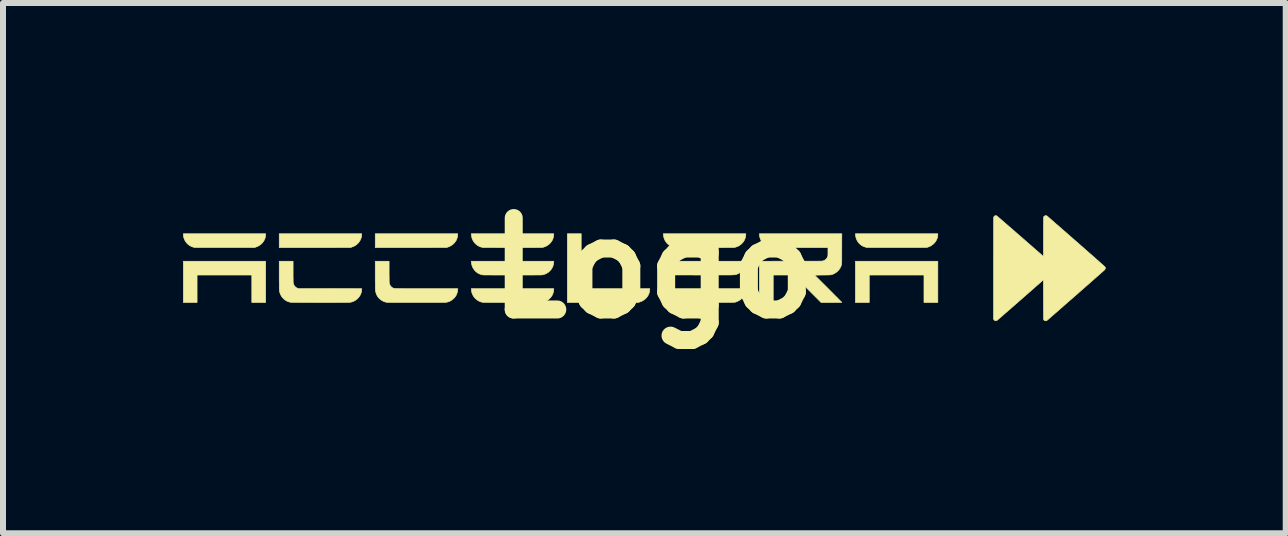
<source format=kicad_pcb>
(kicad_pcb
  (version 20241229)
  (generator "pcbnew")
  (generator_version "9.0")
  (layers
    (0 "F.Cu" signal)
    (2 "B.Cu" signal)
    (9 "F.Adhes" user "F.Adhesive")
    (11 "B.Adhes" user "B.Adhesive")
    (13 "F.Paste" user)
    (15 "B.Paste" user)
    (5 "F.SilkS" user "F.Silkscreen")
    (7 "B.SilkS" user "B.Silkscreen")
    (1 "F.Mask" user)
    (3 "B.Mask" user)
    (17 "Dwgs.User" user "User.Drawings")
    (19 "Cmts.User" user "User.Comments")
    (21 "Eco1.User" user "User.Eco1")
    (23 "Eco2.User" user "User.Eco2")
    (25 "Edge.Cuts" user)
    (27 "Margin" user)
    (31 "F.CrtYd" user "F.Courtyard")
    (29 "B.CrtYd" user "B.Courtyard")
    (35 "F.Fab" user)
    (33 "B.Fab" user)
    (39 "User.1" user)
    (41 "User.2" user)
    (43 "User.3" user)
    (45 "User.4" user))
  (footprint "Logo"
    (layer "F.Cu")
    (at 7.833 1.418)
    (property "Reference" "Logo" (at 0 0 0) (layer "F.SilkS") (effects (font (size 1.524 1.524) (thickness 0.3))))
    (attr through_hole)
    (fp_poly (pts (xy -6.456 0.573) (xy -6.687 0.573) (xy -6.687 0.115) (xy -7.599 0.115) (xy -7.599 0.573) (xy -7.828 0.573) (xy -7.828 -0.115) (xy -6.456 -0.115) (xy -6.456 0.573)) (stroke (width 0.01) (type solid)) (fill yes) (layer "F.SilkS"))
    (fp_poly (pts (xy 4.745 0.573) (xy 4.514 0.573) (xy 4.514 0.115) (xy 3.602 0.115) (xy 3.602 0.573) (xy 3.371 0.573) (xy 3.371 -0.115) (xy 4.745 -0.115) (xy 4.745 0.573)) (stroke (width 0.01) (type solid)) (fill yes) (layer "F.SilkS"))
    (fp_poly (pts (xy -3.256 -0.558) (xy -3.258 -0.535) (xy -3.263 -0.511) (xy -3.271 -0.486) (xy -3.281 -0.463) (xy -3.284 -0.459) (xy -3.301 -0.433) (xy -3.321 -0.41) (xy -3.345 -0.389) (xy -3.371 -0.372) (xy -3.399 -0.358) (xy -3.427 -0.348) (xy -3.446 -0.343) (xy -4.038 -0.342) (xy -4.63 -0.342) (xy -4.63 -0.573) (xy -3.256 -0.573) (xy -3.256 -0.558)) (stroke (width 0.01) (type solid)) (fill yes) (layer "F.SilkS"))
    (fp_poly (pts (xy -1.198 0.342) (xy -0.055 0.342) (xy -0.056 0.364) (xy -0.06 0.395) (xy -0.069 0.424) (xy -0.081 0.451) (xy -0.097 0.477) (xy -0.117 0.5) (xy -0.14 0.521) (xy -0.165 0.539) (xy -0.194 0.554) (xy -0.225 0.565) (xy -0.228 0.566) (xy -0.246 0.572) (xy -0.838 0.572) (xy -1.429 0.573) (xy -1.429 -0.573) (xy -1.198 -0.573) (xy -1.198 0.342)) (stroke (width 0.01) (type solid)) (fill yes) (layer "F.SilkS"))
    (fp_poly (pts (xy -4.856 -0.557) (xy -4.857 -0.547) (xy -4.858 -0.535) (xy -4.86 -0.523) (xy -4.86 -0.521) (xy -4.869 -0.491) (xy -4.881 -0.464) (xy -4.897 -0.438) (xy -4.917 -0.414) (xy -4.94 -0.393) (xy -4.965 -0.375) (xy -4.993 -0.361) (xy -5.023 -0.35) (xy -5.027 -0.348) (xy -5.047 -0.343) (xy -5.638 -0.342) (xy -6.23 -0.342) (xy -6.23 -0.573) (xy -4.856 -0.573) (xy -4.856 -0.557)) (stroke (width 0.01) (type solid)) (fill yes) (layer "F.SilkS"))
    (fp_poly (pts (xy -6.457 -0.549) (xy -6.461 -0.519) (xy -6.469 -0.49) (xy -6.482 -0.463) (xy -6.497 -0.438) (xy -6.517 -0.414) (xy -6.539 -0.394) (xy -6.564 -0.376) (xy -6.592 -0.361) (xy -6.622 -0.35) (xy -6.627 -0.348) (xy -6.647 -0.343) (xy -7.135 -0.343) (xy -7.182 -0.343) (xy -7.229 -0.343) (xy -7.274 -0.343) (xy -7.317 -0.343) (xy -7.358 -0.343) (xy -7.398 -0.343) (xy -7.435 -0.343) (xy -7.47 -0.343) (xy -7.502 -0.343) (xy -7.532 -0.343) (xy -7.558 -0.343) (xy -7.581 -0.343) (xy -7.6 -0.344) (xy -7.616 -0.344) (xy -7.627 -0.344) (xy -7.635 -0.344) (xy -7.637 -0.344) (xy -7.667 -0.351) (xy -7.695 -0.361) (xy -7.721 -0.376) (xy -7.746 -0.393) (xy -7.767 -0.413) (xy -7.786 -0.436) (xy -7.802 -0.462) (xy -7.814 -0.489) (xy -7.823 -0.517) (xy -7.827 -0.546) (xy -7.827 -0.549) (xy -7.828 -0.573) (xy -6.456 -0.573) (xy -6.457 -0.549)) (stroke (width 0.01) (type solid)) (fill yes) (layer "F.SilkS"))
    (fp_poly (pts (xy -1.656 -0.093) (xy -1.661 -0.062) (xy -1.669 -0.032) (xy -1.682 -0.004) (xy -1.699 0.022) (xy -1.703 0.027) (xy -1.725 0.051) (xy -1.749 0.072) (xy -1.776 0.088) (xy -1.805 0.101) (xy -1.834 0.11) (xy -1.85 0.113) (xy -1.854 0.113) (xy -1.863 0.113) (xy -1.876 0.114) (xy -1.892 0.114) (xy -1.912 0.114) (xy -1.935 0.114) (xy -1.961 0.114) (xy -1.991 0.115) (xy -2.022 0.115) (xy -2.056 0.115) (xy -2.091 0.115) (xy -2.129 0.115) (xy -2.167 0.115) (xy -2.207 0.115) (xy -2.248 0.115) (xy -2.289 0.115) (xy -2.331 0.115) (xy -2.373 0.115) (xy -2.415 0.115) (xy -2.456 0.115) (xy -2.496 0.115) (xy -2.536 0.115) (xy -2.574 0.115) (xy -2.61 0.115) (xy -2.645 0.115) (xy -2.678 0.115) (xy -2.709 0.114) (xy -2.737 0.114) (xy -2.762 0.114) (xy -2.784 0.114) (xy -2.802 0.114) (xy -2.817 0.114) (xy -2.828 0.113) (xy -2.835 0.113) (xy -2.837 0.113) (xy -2.867 0.106) (xy -2.895 0.096) (xy -2.923 0.081) (xy -2.947 0.063) (xy -2.97 0.041) (xy -2.981 0.027) (xy -2.997 0.004) (xy -3.009 -0.019) (xy -3.018 -0.043) (xy -3.024 -0.07) (xy -3.028 -0.099) (xy -3.028 -0.1) (xy -3.03 -0.115) (xy -1.655 -0.115) (xy -1.656 -0.093)) (stroke (width 0.01) (type solid)) (fill yes) (layer "F.SilkS"))
    (fp_poly (pts (xy -1.656 0.364) (xy -1.661 0.395) (xy -1.669 0.425) (xy -1.682 0.453) (xy -1.699 0.479) (xy -1.703 0.484) (xy -1.725 0.509) (xy -1.75 0.529) (xy -1.777 0.546) (xy -1.806 0.559) (xy -1.836 0.568) (xy -1.85 0.57) (xy -1.855 0.57) (xy -1.863 0.571) (xy -1.876 0.571) (xy -1.892 0.571) (xy -1.912 0.571) (xy -1.935 0.571) (xy -1.962 0.572) (xy -1.991 0.572) (xy -2.022 0.572) (xy -2.056 0.572) (xy -2.091 0.572) (xy -2.129 0.572) (xy -2.167 0.572) (xy -2.207 0.572) (xy -2.248 0.572) (xy -2.289 0.572) (xy -2.331 0.572) (xy -2.373 0.572) (xy -2.415 0.572) (xy -2.456 0.572) (xy -2.496 0.572) (xy -2.536 0.572) (xy -2.574 0.572) (xy -2.61 0.572) (xy -2.645 0.572) (xy -2.678 0.572) (xy -2.709 0.572) (xy -2.737 0.572) (xy -2.762 0.571) (xy -2.784 0.571) (xy -2.802 0.571) (xy -2.817 0.571) (xy -2.828 0.571) (xy -2.835 0.57) (xy -2.837 0.57) (xy -2.866 0.564) (xy -2.895 0.553) (xy -2.922 0.538) (xy -2.947 0.52) (xy -2.969 0.499) (xy -2.988 0.475) (xy -3.003 0.45) (xy -3.011 0.432) (xy -3.018 0.415) (xy -3.023 0.396) (xy -3.026 0.376) (xy -3.028 0.357) (xy -3.03 0.342) (xy -1.655 0.342) (xy -1.656 0.364)) (stroke (width 0.01) (type solid)) (fill yes) (layer "F.SilkS"))
    (fp_poly (pts (xy -1.656 -0.55) (xy -1.661 -0.519) (xy -1.669 -0.489) (xy -1.682 -0.461) (xy -1.699 -0.435) (xy -1.703 -0.43) (xy -1.725 -0.406) (xy -1.749 -0.386) (xy -1.776 -0.369) (xy -1.805 -0.356) (xy -1.834 -0.347) (xy -1.85 -0.344) (xy -1.855 -0.344) (xy -1.862 -0.344) (xy -1.874 -0.343) (xy -1.889 -0.343) (xy -1.908 -0.343) (xy -1.93 -0.343) (xy -1.957 -0.343) (xy -1.988 -0.342) (xy -2.022 -0.342) (xy -2.061 -0.342) (xy -2.104 -0.342) (xy -2.151 -0.342) (xy -2.203 -0.342) (xy -2.259 -0.342) (xy -2.32 -0.342) (xy -2.346 -0.342) (xy -2.392 -0.342) (xy -2.438 -0.342) (xy -2.482 -0.342) (xy -2.525 -0.342) (xy -2.565 -0.342) (xy -2.604 -0.342) (xy -2.64 -0.343) (xy -2.674 -0.343) (xy -2.705 -0.343) (xy -2.734 -0.343) (xy -2.759 -0.343) (xy -2.781 -0.343) (xy -2.799 -0.343) (xy -2.813 -0.343) (xy -2.823 -0.343) (xy -2.829 -0.343) (xy -2.831 -0.343) (xy -2.844 -0.346) (xy -2.86 -0.35) (xy -2.877 -0.354) (xy -2.891 -0.36) (xy -2.897 -0.362) (xy -2.925 -0.378) (xy -2.95 -0.397) (xy -2.973 -0.42) (xy -2.992 -0.445) (xy -3.005 -0.468) (xy -3.013 -0.486) (xy -3.019 -0.505) (xy -3.024 -0.525) (xy -3.027 -0.548) (xy -3.028 -0.557) (xy -3.03 -0.573) (xy -1.655 -0.573) (xy -1.656 -0.55)) (stroke (width 0.01) (type solid)) (fill yes) (layer "F.SilkS"))
    (fp_poly (pts (xy 1.545 -0.559) (xy 1.543 -0.538) (xy 1.539 -0.515) (xy 1.532 -0.493) (xy 1.523 -0.471) (xy 1.516 -0.457) (xy 1.499 -0.432) (xy 1.478 -0.409) (xy 1.455 -0.389) (xy 1.43 -0.372) (xy 1.427 -0.37) (xy 1.412 -0.363) (xy 1.394 -0.356) (xy 1.375 -0.35) (xy 1.357 -0.345) (xy 1.35 -0.344) (xy 1.346 -0.344) (xy 1.337 -0.344) (xy 1.325 -0.343) (xy 1.308 -0.343) (xy 1.289 -0.343) (xy 1.265 -0.343) (xy 1.239 -0.343) (xy 1.21 -0.343) (xy 1.179 -0.342) (xy 1.145 -0.342) (xy 1.109 -0.342) (xy 1.072 -0.342) (xy 1.033 -0.342) (xy 0.994 -0.342) (xy 0.953 -0.342) (xy 0.912 -0.342) (xy 0.87 -0.342) (xy 0.828 -0.342) (xy 0.787 -0.342) (xy 0.745 -0.342) (xy 0.705 -0.342) (xy 0.666 -0.342) (xy 0.627 -0.342) (xy 0.591 -0.342) (xy 0.556 -0.342) (xy 0.523 -0.343) (xy 0.493 -0.343) (xy 0.465 -0.343) (xy 0.44 -0.343) (xy 0.418 -0.343) (xy 0.399 -0.343) (xy 0.384 -0.344) (xy 0.373 -0.344) (xy 0.366 -0.344) (xy 0.364 -0.344) (xy 0.333 -0.351) (xy 0.304 -0.362) (xy 0.276 -0.377) (xy 0.251 -0.396) (xy 0.229 -0.418) (xy 0.209 -0.444) (xy 0.209 -0.444) (xy 0.194 -0.47) (xy 0.184 -0.496) (xy 0.176 -0.523) (xy 0.172 -0.554) (xy 0.172 -0.555) (xy 0.17 -0.573) (xy 1.545 -0.573) (xy 1.545 -0.559)) (stroke (width 0.01) (type solid)) (fill yes) (layer "F.SilkS"))
    (fp_poly (pts (xy 4.745 -0.56) (xy 4.744 -0.548) (xy 4.742 -0.533) (xy 4.74 -0.517) (xy 4.736 -0.503) (xy 4.734 -0.496) (xy 4.721 -0.467) (xy 4.705 -0.44) (xy 4.685 -0.416) (xy 4.662 -0.395) (xy 4.636 -0.376) (xy 4.608 -0.361) (xy 4.577 -0.349) (xy 4.569 -0.347) (xy 4.567 -0.347) (xy 4.565 -0.346) (xy 4.562 -0.346) (xy 4.558 -0.345) (xy 4.553 -0.345) (xy 4.547 -0.345) (xy 4.54 -0.344) (xy 4.531 -0.344) (xy 4.521 -0.344) (xy 4.508 -0.344) (xy 4.493 -0.344) (xy 4.476 -0.344) (xy 4.457 -0.343) (xy 4.434 -0.343) (xy 4.409 -0.343) (xy 4.381 -0.343) (xy 4.35 -0.343) (xy 4.315 -0.343) (xy 4.276 -0.343) (xy 4.234 -0.343) (xy 4.188 -0.343) (xy 4.137 -0.343) (xy 4.082 -0.343) (xy 4.066 -0.343) (xy 4.019 -0.343) (xy 3.973 -0.343) (xy 3.928 -0.343) (xy 3.885 -0.343) (xy 3.843 -0.343) (xy 3.804 -0.343) (xy 3.766 -0.343) (xy 3.731 -0.343) (xy 3.699 -0.343) (xy 3.67 -0.343) (xy 3.644 -0.343) (xy 3.621 -0.343) (xy 3.602 -0.344) (xy 3.586 -0.344) (xy 3.575 -0.344) (xy 3.568 -0.344) (xy 3.565 -0.344) (xy 3.539 -0.35) (xy 3.512 -0.359) (xy 3.487 -0.371) (xy 3.464 -0.385) (xy 3.455 -0.393) (xy 3.431 -0.415) (xy 3.412 -0.44) (xy 3.396 -0.467) (xy 3.384 -0.497) (xy 3.376 -0.529) (xy 3.372 -0.555) (xy 3.371 -0.573) (xy 4.745 -0.573) (xy 4.745 -0.56)) (stroke (width 0.01) (type solid)) (fill yes) (layer "F.SilkS"))
    (fp_poly (pts (xy -5.999 0.054) (xy -5.999 0.087) (xy -5.999 0.118) (xy -5.999 0.146) (xy -5.998 0.171) (xy -5.998 0.193) (xy -5.998 0.211) (xy -5.998 0.226) (xy -5.997 0.236) (xy -5.997 0.243) (xy -5.992 0.265) (xy -5.983 0.286) (xy -5.97 0.304) (xy -5.954 0.319) (xy -5.935 0.331) (xy -5.924 0.335) (xy -5.91 0.341) (xy -5.383 0.341) (xy -4.855 0.342) (xy -4.857 0.364) (xy -4.86 0.394) (xy -4.868 0.421) (xy -4.878 0.445) (xy -4.894 0.471) (xy -4.913 0.496) (xy -4.935 0.517) (xy -4.96 0.536) (xy -4.988 0.551) (xy -5.016 0.562) (xy -5.046 0.569) (xy -5.051 0.57) (xy -5.055 0.57) (xy -5.064 0.571) (xy -5.078 0.571) (xy -5.094 0.571) (xy -5.115 0.572) (xy -5.139 0.572) (xy -5.165 0.572) (xy -5.195 0.572) (xy -5.226 0.572) (xy -5.261 0.572) (xy -5.296 0.572) (xy -5.334 0.573) (xy -5.373 0.573) (xy -5.413 0.573) (xy -5.454 0.573) (xy -5.496 0.573) (xy -5.538 0.573) (xy -5.58 0.573) (xy -5.621 0.573) (xy -5.663 0.572) (xy -5.703 0.572) (xy -5.742 0.572) (xy -5.781 0.572) (xy -5.817 0.572) (xy -5.852 0.572) (xy -5.885 0.572) (xy -5.915 0.571) (xy -5.943 0.571) (xy -5.968 0.571) (xy -5.99 0.571) (xy -6.008 0.57) (xy -6.022 0.57) (xy -6.033 0.57) (xy -6.04 0.569) (xy -6.041 0.569) (xy -6.072 0.562) (xy -6.101 0.55) (xy -6.128 0.534) (xy -6.153 0.515) (xy -6.175 0.492) (xy -6.178 0.489) (xy -6.196 0.462) (xy -6.211 0.434) (xy -6.221 0.405) (xy -6.227 0.373) (xy -6.228 0.363) (xy -6.228 0.356) (xy -6.228 0.346) (xy -6.229 0.332) (xy -6.229 0.314) (xy -6.229 0.293) (xy -6.229 0.269) (xy -6.229 0.243) (xy -6.23 0.215) (xy -6.23 0.185) (xy -6.23 0.154) (xy -6.23 0.121) (xy -6.23 0.11) (xy -6.23 -0.115) (xy -5.999 -0.115) (xy -5.999 0.054)) (stroke (width 0.01) (type solid)) (fill yes) (layer "F.SilkS"))
    (fp_poly (pts (xy 1.544 0.364) (xy 1.54 0.395) (xy 1.532 0.424) (xy 1.519 0.451) (xy 1.503 0.477) (xy 1.484 0.5) (xy 1.461 0.521) (xy 1.435 0.539) (xy 1.407 0.554) (xy 1.376 0.565) (xy 1.369 0.567) (xy 1.367 0.568) (xy 1.365 0.568) (xy 1.362 0.569) (xy 1.358 0.569) (xy 1.353 0.569) (xy 1.347 0.57) (xy 1.34 0.57) (xy 1.331 0.57) (xy 1.32 0.57) (xy 1.308 0.571) (xy 1.293 0.571) (xy 1.276 0.571) (xy 1.256 0.571) (xy 1.234 0.571) (xy 1.209 0.571) (xy 1.181 0.571) (xy 1.15 0.571) (xy 1.115 0.571) (xy 1.076 0.571) (xy 1.034 0.572) (xy 0.988 0.572) (xy 0.937 0.572) (xy 0.882 0.572) (xy 0.866 0.572) (xy 0.819 0.572) (xy 0.773 0.572) (xy 0.728 0.572) (xy 0.685 0.572) (xy 0.643 0.572) (xy 0.604 0.572) (xy 0.567 0.572) (xy 0.533 0.572) (xy 0.501 0.572) (xy 0.472 0.572) (xy 0.446 0.571) (xy 0.424 0.571) (xy 0.405 0.571) (xy 0.39 0.571) (xy 0.379 0.571) (xy 0.372 0.571) (xy 0.369 0.571) (xy 0.363 0.57) (xy 0.355 0.568) (xy 0.345 0.566) (xy 0.342 0.565) (xy 0.313 0.556) (xy 0.285 0.543) (xy 0.26 0.525) (xy 0.237 0.505) (xy 0.217 0.482) (xy 0.2 0.456) (xy 0.187 0.427) (xy 0.179 0.405) (xy 0.178 0.397) (xy 0.176 0.386) (xy 0.174 0.373) (xy 0.172 0.361) (xy 0.171 0.351) (xy 0.171 0.346) (xy 0.171 0.345) (xy 0.172 0.345) (xy 0.173 0.345) (xy 0.175 0.344) (xy 0.177 0.344) (xy 0.181 0.344) (xy 0.186 0.344) (xy 0.192 0.343) (xy 0.2 0.343) (xy 0.209 0.343) (xy 0.22 0.343) (xy 0.234 0.343) (xy 0.249 0.342) (xy 0.266 0.342) (xy 0.286 0.342) (xy 0.309 0.342) (xy 0.334 0.342) (xy 0.362 0.342) (xy 0.393 0.342) (xy 0.427 0.342) (xy 0.465 0.342) (xy 0.506 0.342) (xy 0.551 0.342) (xy 0.599 0.342) (xy 0.651 0.342) (xy 0.708 0.342) (xy 0.769 0.342) (xy 0.834 0.342) (xy 1.545 0.342) (xy 1.544 0.364)) (stroke (width 0.01) (type solid)) (fill yes) (layer "F.SilkS"))
    (fp_poly (pts (xy 1.544 -0.093) (xy 1.541 -0.07) (xy 1.536 -0.046) (xy 1.528 -0.023) (xy 1.526 -0.018) (xy 1.514 0.004) (xy 1.498 0.026) (xy 1.479 0.047) (xy 1.458 0.066) (xy 1.436 0.082) (xy 1.412 0.095) (xy 1.402 0.099) (xy 1.398 0.101) (xy 1.394 0.102) (xy 1.39 0.104) (xy 1.387 0.105) (xy 1.384 0.106) (xy 1.38 0.107) (xy 1.376 0.108) (xy 1.371 0.109) (xy 1.366 0.11) (xy 1.359 0.111) (xy 1.352 0.111) (xy 1.342 0.112) (xy 1.332 0.112) (xy 1.319 0.113) (xy 1.305 0.113) (xy 1.288 0.114) (xy 1.269 0.114) (xy 1.247 0.114) (xy 1.223 0.114) (xy 1.196 0.114) (xy 1.165 0.114) (xy 1.132 0.114) (xy 1.094 0.114) (xy 1.054 0.114) (xy 1.009 0.114) (xy 0.96 0.114) (xy 0.906 0.114) (xy 0.866 0.114) (xy 0.819 0.114) (xy 0.773 0.115) (xy 0.728 0.115) (xy 0.685 0.115) (xy 0.643 0.114) (xy 0.604 0.114) (xy 0.567 0.114) (xy 0.533 0.114) (xy 0.501 0.114) (xy 0.472 0.114) (xy 0.446 0.114) (xy 0.424 0.114) (xy 0.405 0.114) (xy 0.39 0.114) (xy 0.379 0.114) (xy 0.372 0.114) (xy 0.369 0.114) (xy 0.363 0.113) (xy 0.355 0.111) (xy 0.345 0.109) (xy 0.342 0.108) (xy 0.313 0.099) (xy 0.285 0.085) (xy 0.26 0.068) (xy 0.237 0.048) (xy 0.217 0.024) (xy 0.2 -0.002) (xy 0.187 -0.03) (xy 0.179 -0.052) (xy 0.178 -0.06) (xy 0.176 -0.071) (xy 0.174 -0.084) (xy 0.172 -0.096) (xy 0.171 -0.106) (xy 0.171 -0.111) (xy 0.171 -0.112) (xy 0.172 -0.112) (xy 0.173 -0.113) (xy 0.175 -0.113) (xy 0.177 -0.113) (xy 0.181 -0.113) (xy 0.186 -0.114) (xy 0.192 -0.114) (xy 0.2 -0.114) (xy 0.209 -0.114) (xy 0.22 -0.114) (xy 0.234 -0.115) (xy 0.249 -0.115) (xy 0.266 -0.115) (xy 0.286 -0.115) (xy 0.309 -0.115) (xy 0.334 -0.115) (xy 0.362 -0.115) (xy 0.393 -0.115) (xy 0.427 -0.115) (xy 0.465 -0.115) (xy 0.506 -0.115) (xy 0.551 -0.115) (xy 0.599 -0.115) (xy 0.651 -0.115) (xy 0.708 -0.115) (xy 0.769 -0.115) (xy 0.834 -0.115) (xy 1.545 -0.115) (xy 1.544 -0.093)) (stroke (width 0.01) (type solid)) (fill yes) (layer "F.SilkS"))
    (fp_poly (pts (xy -4.399 0.056) (xy -4.399 0.084) (xy -4.399 0.112) (xy -4.398 0.138) (xy -4.398 0.162) (xy -4.398 0.184) (xy -4.398 0.203) (xy -4.397 0.219) (xy -4.397 0.232) (xy -4.397 0.24) (xy -4.396 0.245) (xy -4.394 0.259) (xy -4.388 0.274) (xy -4.385 0.281) (xy -4.375 0.298) (xy -4.363 0.312) (xy -4.347 0.324) (xy -4.343 0.326) (xy -4.34 0.328) (xy -4.338 0.33) (xy -4.335 0.331) (xy -4.333 0.332) (xy -4.331 0.334) (xy -4.328 0.335) (xy -4.324 0.336) (xy -4.32 0.337) (xy -4.315 0.337) (xy -4.309 0.338) (xy -4.301 0.339) (xy -4.292 0.339) (xy -4.281 0.34) (xy -4.268 0.34) (xy -4.254 0.341) (xy -4.237 0.341) (xy -4.218 0.341) (xy -4.196 0.341) (xy -4.171 0.341) (xy -4.144 0.342) (xy -4.113 0.342) (xy -4.079 0.342) (xy -4.042 0.342) (xy -4.001 0.342) (xy -3.956 0.342) (xy -3.907 0.342) (xy -3.854 0.342) (xy -3.796 0.342) (xy -3.255 0.342) (xy -3.256 0.364) (xy -3.261 0.395) (xy -3.269 0.424) (xy -3.282 0.453) (xy -3.299 0.479) (xy -3.303 0.485) (xy -3.325 0.508) (xy -3.35 0.529) (xy -3.376 0.546) (xy -3.405 0.559) (xy -3.435 0.567) (xy -3.451 0.57) (xy -3.455 0.57) (xy -3.463 0.571) (xy -3.476 0.571) (xy -3.492 0.571) (xy -3.512 0.571) (xy -3.535 0.571) (xy -3.562 0.572) (xy -3.591 0.572) (xy -3.622 0.572) (xy -3.656 0.572) (xy -3.692 0.572) (xy -3.729 0.572) (xy -3.768 0.572) (xy -3.807 0.572) (xy -3.848 0.572) (xy -3.89 0.572) (xy -3.931 0.572) (xy -3.973 0.572) (xy -4.015 0.572) (xy -4.056 0.572) (xy -4.096 0.572) (xy -4.136 0.572) (xy -4.174 0.572) (xy -4.211 0.572) (xy -4.246 0.572) (xy -4.278 0.572) (xy -4.309 0.572) (xy -4.337 0.572) (xy -4.362 0.571) (xy -4.384 0.571) (xy -4.402 0.571) (xy -4.417 0.571) (xy -4.428 0.571) (xy -4.435 0.57) (xy -4.437 0.57) (xy -4.465 0.564) (xy -4.494 0.553) (xy -4.52 0.539) (xy -4.545 0.522) (xy -4.567 0.501) (xy -4.578 0.489) (xy -4.597 0.462) (xy -4.611 0.433) (xy -4.621 0.402) (xy -4.627 0.37) (xy -4.627 0.365) (xy -4.628 0.359) (xy -4.628 0.348) (xy -4.628 0.333) (xy -4.629 0.314) (xy -4.629 0.292) (xy -4.629 0.267) (xy -4.629 0.238) (xy -4.63 0.207) (xy -4.63 0.173) (xy -4.63 0.136) (xy -4.63 0.113) (xy -4.63 -0.115) (xy -4.399 -0.115) (xy -4.399 0.056)) (stroke (width 0.01) (type solid)) (fill yes) (layer "F.SilkS"))
    (fp_poly (pts (xy 3.144 -0.323) (xy 3.144 -0.283) (xy 3.144 -0.248) (xy 3.144 -0.217) (xy 3.144 -0.19) (xy 3.144 -0.167) (xy 3.144 -0.146) (xy 3.144 -0.129) (xy 3.143 -0.114) (xy 3.143 -0.102) (xy 3.143 -0.092) (xy 3.143 -0.083) (xy 3.142 -0.077) (xy 3.142 -0.071) (xy 3.141 -0.067) (xy 3.141 -0.063) (xy 3.14 -0.06) (xy 3.139 -0.058) (xy 3.139 -0.055) (xy 3.128 -0.024) (xy 3.113 0.005) (xy 3.094 0.031) (xy 3.072 0.054) (xy 3.047 0.074) (xy 3.019 0.091) (xy 2.989 0.104) (xy 2.969 0.11) (xy 2.965 0.111) (xy 2.961 0.112) (xy 2.955 0.112) (xy 2.948 0.113) (xy 2.938 0.113) (xy 2.927 0.114) (xy 2.912 0.114) (xy 2.894 0.114) (xy 2.873 0.115) (xy 2.848 0.115) (xy 2.823 0.115) (xy 2.692 0.117) (xy 2.919 0.343) (xy 2.946 0.37) (xy 2.972 0.396) (xy 2.997 0.421) (xy 3.02 0.445) (xy 3.042 0.467) (xy 3.063 0.487) (xy 3.081 0.506) (xy 3.098 0.523) (xy 3.112 0.538) (xy 3.124 0.55) (xy 3.134 0.559) (xy 3.141 0.566) (xy 3.144 0.57) (xy 3.145 0.571) (xy 3.143 0.571) (xy 3.136 0.571) (xy 3.126 0.572) (xy 3.112 0.572) (xy 3.095 0.572) (xy 3.075 0.572) (xy 3.052 0.572) (xy 3.028 0.573) (xy 3.001 0.573) (xy 2.974 0.573) (xy 2.8 0.573) (xy 2.343 0.115) (xy 2.002 0.115) (xy 2.002 0.573) (xy 1.771 0.573) (xy 1.771 -0.115) (xy 2.294 -0.116) (xy 2.352 -0.116) (xy 2.405 -0.116) (xy 2.455 -0.116) (xy 2.5 -0.116) (xy 2.542 -0.116) (xy 2.579 -0.116) (xy 2.614 -0.116) (xy 2.644 -0.116) (xy 2.672 -0.116) (xy 2.697 -0.116) (xy 2.719 -0.116) (xy 2.738 -0.116) (xy 2.755 -0.116) (xy 2.769 -0.117) (xy 2.782 -0.117) (xy 2.793 -0.117) (xy 2.801 -0.117) (xy 2.809 -0.117) (xy 2.815 -0.118) (xy 2.82 -0.118) (xy 2.823 -0.118) (xy 2.827 -0.119) (xy 2.829 -0.119) (xy 2.831 -0.12) (xy 2.831 -0.12) (xy 2.852 -0.127) (xy 2.87 -0.139) (xy 2.886 -0.154) (xy 2.899 -0.171) (xy 2.908 -0.191) (xy 2.911 -0.2) (xy 2.912 -0.206) (xy 2.913 -0.213) (xy 2.913 -0.222) (xy 2.914 -0.234) (xy 2.914 -0.249) (xy 2.914 -0.268) (xy 2.914 -0.278) (xy 2.914 -0.342) (xy 1.962 -0.343) (xy 1.942 -0.348) (xy 1.912 -0.359) (xy 1.883 -0.373) (xy 1.857 -0.391) (xy 1.834 -0.413) (xy 1.813 -0.438) (xy 1.809 -0.444) (xy 1.795 -0.469) (xy 1.785 -0.494) (xy 1.777 -0.52) (xy 1.773 -0.55) (xy 1.772 -0.555) (xy 1.771 -0.573) (xy 3.145 -0.573) (xy 3.144 -0.323)) (stroke (width 0.01) (type solid)) (fill yes) (layer "F.SilkS"))
    (fp_poly (pts (xy 6.555 -0.873) (xy 6.561 -0.871) (xy 6.563 -0.87) (xy 6.565 -0.868) (xy 6.571 -0.863) (xy 6.579 -0.856) (xy 6.591 -0.846) (xy 6.606 -0.833) (xy 6.623 -0.818) (xy 6.643 -0.8) (xy 6.666 -0.781) (xy 6.69 -0.759) (xy 6.717 -0.735) (xy 6.747 -0.71) (xy 6.778 -0.683) (xy 6.81 -0.654) (xy 6.845 -0.624) (xy 6.881 -0.593) (xy 6.918 -0.56) (xy 6.956 -0.527) (xy 6.996 -0.492) (xy 7.036 -0.457) (xy 7.047 -0.447) (xy 7.1 -0.401) (xy 7.149 -0.358) (xy 7.194 -0.318) (xy 7.237 -0.281) (xy 7.276 -0.246) (xy 7.312 -0.215) (xy 7.345 -0.186) (xy 7.375 -0.159) (xy 7.402 -0.135) (xy 7.427 -0.114) (xy 7.448 -0.094) (xy 7.467 -0.077) (xy 7.484 -0.063) (xy 7.497 -0.05) (xy 7.509 -0.04) (xy 7.518 -0.032) (xy 7.525 -0.025) (xy 7.529 -0.021) (xy 7.531 -0.018) (xy 7.532 -0.018) (xy 7.536 -0.006) (xy 7.537 0.005) (xy 7.533 0.016) (xy 7.524 0.027) (xy 7.518 0.034) (xy 7.514 0.037) (xy 7.507 0.044) (xy 7.497 0.053) (xy 7.484 0.065) (xy 7.468 0.078) (xy 7.45 0.095) (xy 7.429 0.113) (xy 7.406 0.133) (xy 7.382 0.155) (xy 7.355 0.178) (xy 7.327 0.203) (xy 7.297 0.229) (xy 7.266 0.257) (xy 7.234 0.285) (xy 7.2 0.314) (xy 7.167 0.344) (xy 7.132 0.374) (xy 7.097 0.405) (xy 7.062 0.436) (xy 7.026 0.467) (xy 6.991 0.498) (xy 6.956 0.529) (xy 6.921 0.559) (xy 6.887 0.589) (xy 6.853 0.618) (xy 6.821 0.647) (xy 6.79 0.674) (xy 6.76 0.701) (xy 6.731 0.726) (xy 6.704 0.749) (xy 6.679 0.771) (xy 6.655 0.792) (xy 6.634 0.81) (xy 6.615 0.827) (xy 6.599 0.841) (xy 6.585 0.853) (xy 6.574 0.862) (xy 6.566 0.869) (xy 6.561 0.873) (xy 6.56 0.875) (xy 6.551 0.877) (xy 6.539 0.877) (xy 6.53 0.876) (xy 6.524 0.874) (xy 6.519 0.87) (xy 6.518 0.869) (xy 6.513 0.864) (xy 6.509 0.859) (xy 6.509 0.858) (xy 6.508 0.856) (xy 6.508 0.851) (xy 6.507 0.844) (xy 6.507 0.834) (xy 6.507 0.821) (xy 6.507 0.805) (xy 6.506 0.785) (xy 6.506 0.762) (xy 6.506 0.735) (xy 6.506 0.705) (xy 6.505 0.67) (xy 6.505 0.631) (xy 6.505 0.589) (xy 6.505 0.541) (xy 6.505 0.524) (xy 6.504 0.195) (xy 6.12 0.532) (xy 6.084 0.564) (xy 6.048 0.595) (xy 6.014 0.625) (xy 5.981 0.654) (xy 5.949 0.682) (xy 5.918 0.709) (xy 5.889 0.734) (xy 5.862 0.757) (xy 5.837 0.779) (xy 5.815 0.799) (xy 5.794 0.817) (xy 5.776 0.832) (xy 5.76 0.846) (xy 5.748 0.856) (xy 5.738 0.865) (xy 5.731 0.87) (xy 5.728 0.873) (xy 5.728 0.873) (xy 5.716 0.877) (xy 5.706 0.877) (xy 5.695 0.873) (xy 5.694 0.872) (xy 5.685 0.866) (xy 5.679 0.858) (xy 5.679 0.857) (xy 5.673 0.846) (xy 5.673 0.001) (xy 5.673 -0.073) (xy 5.673 -0.143) (xy 5.674 -0.208) (xy 5.674 -0.269) (xy 5.674 -0.327) (xy 5.674 -0.38) (xy 5.674 -0.429) (xy 5.674 -0.475) (xy 5.674 -0.518) (xy 5.674 -0.557) (xy 5.674 -0.593) (xy 5.674 -0.625) (xy 5.674 -0.655) (xy 5.674 -0.682) (xy 5.674 -0.707) (xy 5.674 -0.729) (xy 5.674 -0.748) (xy 5.674 -0.765) (xy 5.674 -0.781) (xy 5.675 -0.794) (xy 5.675 -0.805) (xy 5.675 -0.815) (xy 5.675 -0.824) (xy 5.675 -0.83) (xy 5.676 -0.836) (xy 5.676 -0.841) (xy 5.676 -0.844) (xy 5.676 -0.847) (xy 5.677 -0.849) (xy 5.677 -0.851) (xy 5.677 -0.852) (xy 5.678 -0.853) (xy 5.678 -0.854) (xy 5.685 -0.864) (xy 5.695 -0.871) (xy 5.706 -0.874) (xy 5.718 -0.874) (xy 5.722 -0.873) (xy 5.724 -0.872) (xy 5.728 -0.869) (xy 5.734 -0.864) (xy 5.743 -0.857) (xy 5.754 -0.848) (xy 5.767 -0.836) (xy 5.783 -0.823) (xy 5.801 -0.807) (xy 5.822 -0.789) (xy 5.846 -0.768) (xy 5.873 -0.745) (xy 5.902 -0.72) (xy 5.935 -0.691) (xy 5.971 -0.66) (xy 6.01 -0.626) (xy 6.052 -0.589) (xy 6.097 -0.55) (xy 6.117 -0.533) (xy 6.504 -0.195) (xy 6.505 -0.522) (xy 6.505 -0.567) (xy 6.505 -0.608) (xy 6.505 -0.645) (xy 6.505 -0.678) (xy 6.505 -0.707) (xy 6.506 -0.732) (xy 6.506 -0.755) (xy 6.506 -0.774) (xy 6.506 -0.791) (xy 6.506 -0.805) (xy 6.507 -0.817) (xy 6.507 -0.826) (xy 6.507 -0.834) (xy 6.507 -0.841) (xy 6.508 -0.845) (xy 6.508 -0.849) (xy 6.509 -0.852) (xy 6.509 -0.854) (xy 6.51 -0.855) (xy 6.51 -0.856) (xy 6.511 -0.857) (xy 6.518 -0.865) (xy 6.528 -0.871) (xy 6.54 -0.874) (xy 6.547 -0.874) (xy 6.555 -0.873)) (stroke (width 0.01) (type solid)) (fill yes) (layer "F.SilkS")))
  (gr_rect
    (start -3 -3)
    (end 18.375 5.836)
    (stroke (width 0.1) (type default))
    (fill no)
    (layer "Edge.Cuts")))
</source>
